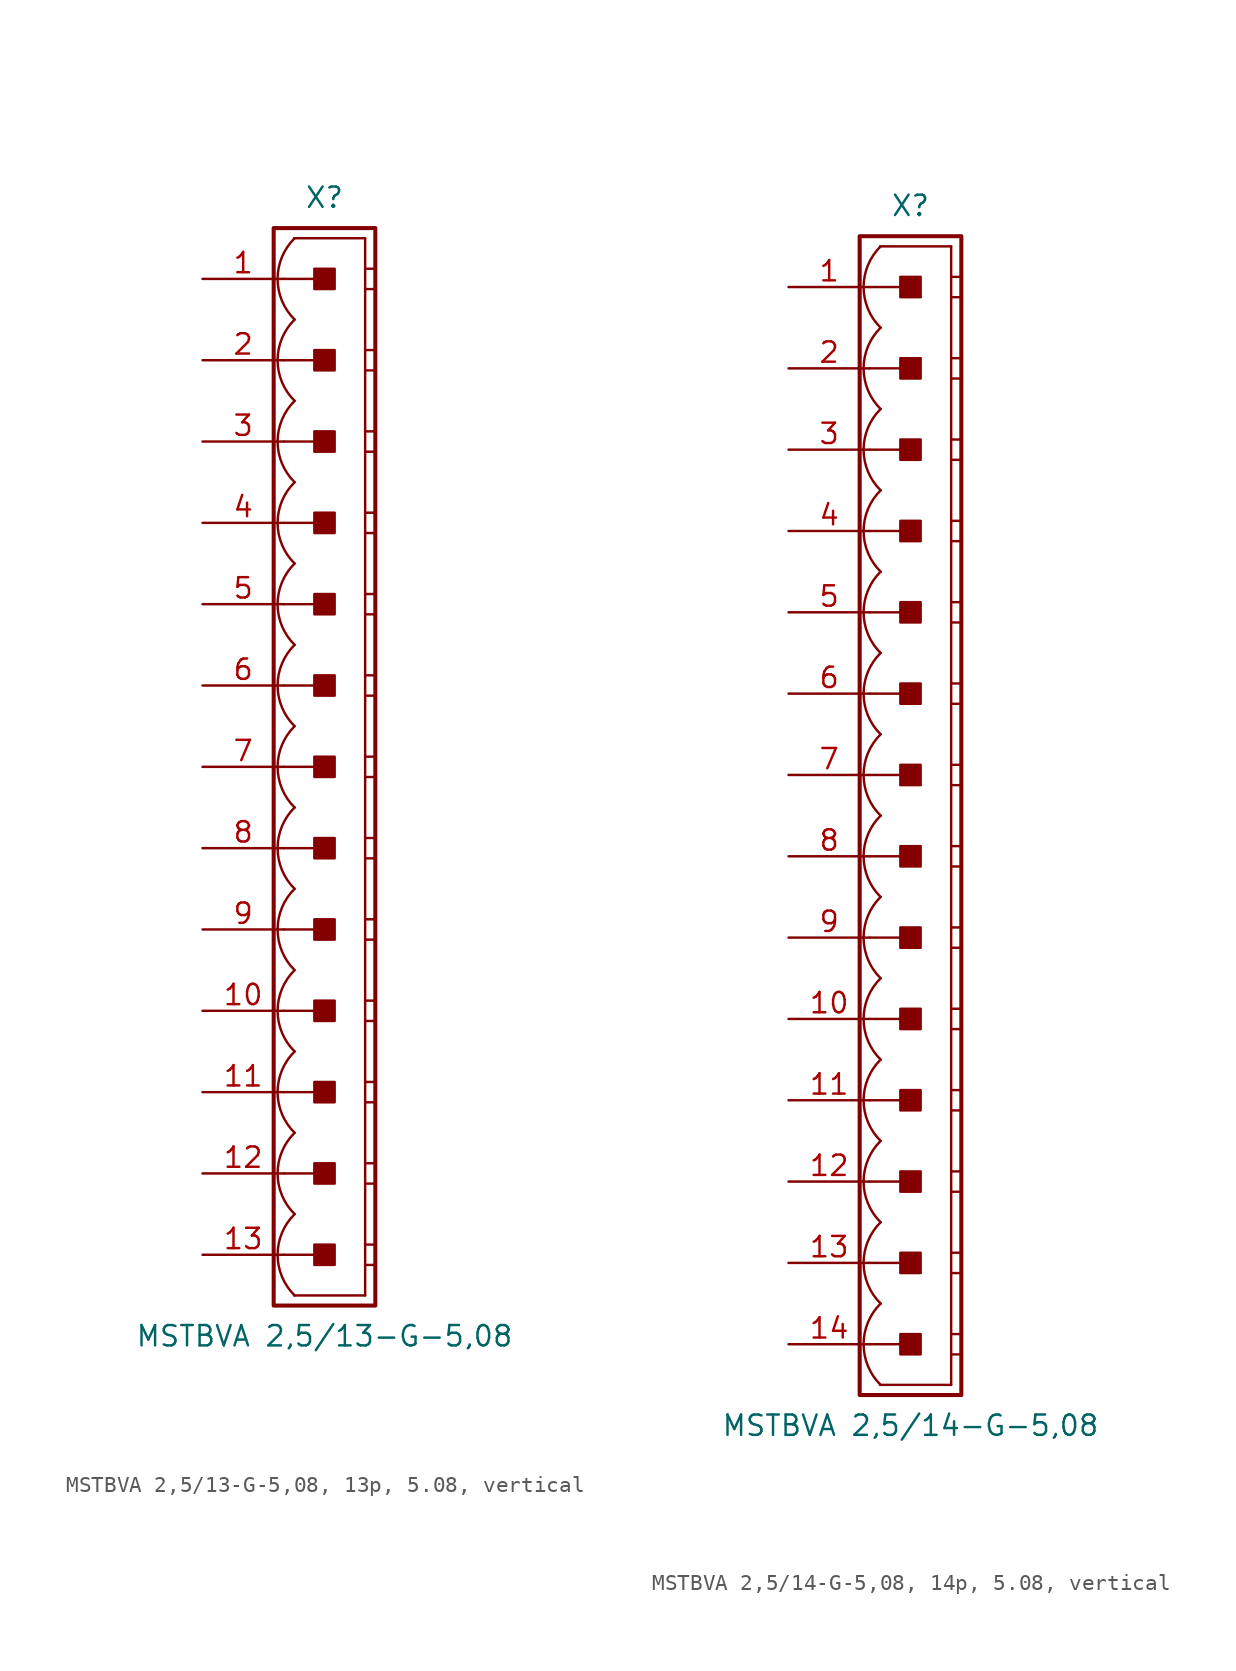
<source format=kicad_sym>
(kicad_symbol_lib
  (version 20241209)
  (generator "kicad_symbol_editor")
  (generator_version "9.0")
  (symbol "MSTBVA 2,5/13-G-5,08, 13p, 5.08, vertical"
    (pin_names
      (offset 1.016)
      (hide yes))
    (property "Reference" "X"
      (at 0 35.56 0)
      (effects (font (size 1.27 1.27))))
    (property "Value" "MSTBVA 2,5/13-G-5,08"
      (at 0 -35.56 0)
      (effects (font (size 1.27 1.27))))
    (property "Label" ""
      (at 0 0 0)
      (effects (font (size 1.27 1.27) (thickness 0.254) (bold yes))))
    (symbol "MSTBVA 2,5/13-G-5,08, 13p, 5.08, vertical_0_1"
      (polyline (pts (xy 2.54 33.02) (xy -1.905 33.02)) (stroke (width 0.152) (type default)) (fill (type none)))
      (polyline (pts (xy 2.54 33.02) (xy 2.54 -33.02)) (stroke (width 0.152) (type default)) (fill (type none)))
      (polyline (pts (xy 2.54 31.115) (xy 3.175 31.115)) (stroke (width 0.152) (type default)) (fill (type none)))
      (polyline (pts (xy 2.54 29.845) (xy 3.175 29.845)) (stroke (width 0.152) (type default)) (fill (type none)))
      (polyline (pts (xy 2.54 26.035) (xy 3.175 26.035)) (stroke (width 0.152) (type default)) (fill (type none)))
      (polyline (pts (xy 2.54 24.765) (xy 3.175 24.765)) (stroke (width 0.152) (type default)) (fill (type none)))
      (polyline (pts (xy 2.54 20.955) (xy 3.175 20.955)) (stroke (width 0.152) (type default)) (fill (type none)))
      (polyline (pts (xy 2.54 19.685) (xy 3.175 19.685)) (stroke (width 0.152) (type default)) (fill (type none)))
      (polyline (pts (xy 2.54 15.875) (xy 3.175 15.875)) (stroke (width 0.152) (type default)) (fill (type none)))
      (polyline (pts (xy 2.54 14.605) (xy 3.175 14.605)) (stroke (width 0.152) (type default)) (fill (type none)))
      (polyline (pts (xy 2.54 10.795) (xy 3.175 10.795)) (stroke (width 0.152) (type default)) (fill (type none)))
      (polyline (pts (xy 2.54 9.525) (xy 3.175 9.525)) (stroke (width 0.152) (type default)) (fill (type none)))
      (polyline (pts (xy 2.54 5.715) (xy 3.175 5.715)) (stroke (width 0.152) (type default)) (fill (type none)))
      (polyline (pts (xy 2.54 4.445) (xy 3.175 4.445)) (stroke (width 0.152) (type default)) (fill (type none)))
      (polyline (pts (xy 2.54 0.635) (xy 3.175 0.635)) (stroke (width 0.152) (type default)) (fill (type none)))
      (polyline (pts (xy 2.54 -0.635) (xy 3.175 -0.635)) (stroke (width 0.152) (type default)) (fill (type none)))
      (polyline (pts (xy 2.54 -4.445) (xy 3.175 -4.445)) (stroke (width 0.152) (type default)) (fill (type none)))
      (polyline (pts (xy 2.54 -5.715) (xy 3.175 -5.715)) (stroke (width 0.152) (type default)) (fill (type none)))
      (polyline (pts (xy 2.54 -9.525) (xy 3.175 -9.525)) (stroke (width 0.152) (type default)) (fill (type none)))
      (polyline (pts (xy 2.54 -10.795) (xy 3.175 -10.795)) (stroke (width 0.152) (type default)) (fill (type none)))
      (polyline (pts (xy 2.54 -14.605) (xy 3.175 -14.605)) (stroke (width 0.152) (type default)) (fill (type none)))
      (polyline (pts (xy 2.54 -15.875) (xy 3.175 -15.875)) (stroke (width 0.152) (type default)) (fill (type none)))
      (polyline (pts (xy 2.54 -19.685) (xy 3.175 -19.685)) (stroke (width 0.152) (type default)) (fill (type none)))
      (polyline (pts (xy 2.54 -20.955) (xy 3.175 -20.955)) (stroke (width 0.152) (type default)) (fill (type none)))
      (polyline (pts (xy 2.54 -24.765) (xy 3.175 -24.765)) (stroke (width 0.152) (type default)) (fill (type none)))
      (polyline (pts (xy 2.54 -26.035) (xy 3.175 -26.035)) (stroke (width 0.152) (type default)) (fill (type none)))
      (polyline (pts (xy 2.54 -29.845) (xy 3.175 -29.845)) (stroke (width 0.152) (type default)) (fill (type none)))
      (polyline (pts (xy 2.54 -31.115) (xy 3.175 -31.115)) (stroke (width 0.152) (type default)) (fill (type none)))
      (polyline (pts (xy 2.54 -33.02) (xy -1.905 -33.02)) (stroke (width 0.152) (type default)) (fill (type none))))
    (symbol "MSTBVA 2,5/13-G-5,08, 13p, 5.08, vertical_1_0"
      (polyline (pts (xy -2.54 30.48) (xy 0 30.48)) (stroke (width 0.152) (type default)) (fill (type none)))
      (polyline (pts (xy -2.54 25.4) (xy 0 25.4)) (stroke (width 0.152) (type default)) (fill (type none)))
      (polyline (pts (xy -2.54 20.32) (xy 0 20.32)) (stroke (width 0.152) (type default)) (fill (type none)))
      (polyline (pts (xy -2.54 15.24) (xy 0 15.24)) (stroke (width 0.152) (type default)) (fill (type none)))
      (polyline (pts (xy -2.54 10.16) (xy 0 10.16)) (stroke (width 0.152) (type default)) (fill (type none)))
      (polyline (pts (xy -2.54 5.08) (xy 0 5.08)) (stroke (width 0.152) (type default)) (fill (type none)))
      (polyline (pts (xy -2.54 0) (xy 0 0)) (stroke (width 0.152) (type default)) (fill (type none)))
      (polyline (pts (xy -2.54 -5.08) (xy 0 -5.08)) (stroke (width 0.152) (type default)) (fill (type none)))
      (polyline (pts (xy -2.54 -10.16) (xy 0 -10.16)) (stroke (width 0.152) (type default)) (fill (type none)))
      (polyline (pts (xy -2.54 -15.24) (xy 0 -15.24)) (stroke (width 0.152) (type default)) (fill (type none)))
      (polyline (pts (xy -2.54 -20.32) (xy 0 -20.32)) (stroke (width 0.152) (type default)) (fill (type none)))
      (polyline (pts (xy -2.54 -25.4) (xy 0 -25.4)) (stroke (width 0.152) (type default)) (fill (type none)))
      (polyline (pts (xy -2.54 -30.48) (xy 0 -30.48)) (stroke (width 0.152) (type default)) (fill (type none))))
    (symbol "MSTBVA 2,5/13-G-5,08, 13p, 5.08, vertical_1_1"
      (rectangle (start -3.175 33.655) (end 3.175 -33.655) (stroke (width 0.254) (type default)) (fill (type none)))
      (rectangle (start -0.635 29.845) (end 0.635 31.115) (stroke (width 0.152) (type default)) (fill (type outline)))
      (rectangle (start -0.635 24.765) (end 0.635 26.035) (stroke (width 0.152) (type default)) (fill (type outline)))
      (rectangle (start -0.635 19.685) (end 0.635 20.955) (stroke (width 0.152) (type default)) (fill (type outline)))
      (rectangle (start -0.635 14.605) (end 0.635 15.875) (stroke (width 0.152) (type default)) (fill (type outline)))
      (rectangle (start -0.635 9.525) (end 0.635 10.795) (stroke (width 0.152) (type default)) (fill (type outline)))
      (rectangle (start -0.635 4.445) (end 0.635 5.715) (stroke (width 0.152) (type default)) (fill (type outline)))
      (rectangle (start -0.635 -0.635) (end 0.635 0.635) (stroke (width 0.152) (type default)) (fill (type outline)))
      (rectangle (start -0.635 -5.715) (end 0.635 -4.445) (stroke (width 0.152) (type default)) (fill (type outline)))
      (rectangle (start -0.635 -10.795) (end 0.635 -9.525) (stroke (width 0.152) (type default)) (fill (type outline)))
      (rectangle (start -0.635 -15.875) (end 0.635 -14.605) (stroke (width 0.152) (type default)) (fill (type outline)))
      (rectangle (start -0.635 -20.955) (end 0.635 -19.685) (stroke (width 0.152) (type default)) (fill (type outline)))
      (rectangle (start -0.635 -26.035) (end 0.635 -24.765) (stroke (width 0.152) (type default)) (fill (type outline)))
      (rectangle (start -0.635 -31.115) (end 0.635 -29.845) (stroke (width 0.152) (type default)) (fill (type outline)))
      (arc (start -1.8664 27.94) (mid -2.9299 30.48) (end -1.8664 33.02) (stroke (width 0.1524) (type default)) (fill (type none)))
      (arc (start -1.8664 22.86) (mid -2.9299 25.4) (end -1.8664 27.94) (stroke (width 0.1524) (type default)) (fill (type none)))
      (arc (start -1.8664 17.78) (mid -2.9299 20.32) (end -1.8664 22.86) (stroke (width 0.1524) (type default)) (fill (type none)))
      (arc (start -1.8664 12.7) (mid -2.9299 15.24) (end -1.8664 17.78) (stroke (width 0.1524) (type default)) (fill (type none)))
      (arc (start -1.8664 7.62) (mid -2.9299 10.16) (end -1.8664 12.7) (stroke (width 0.1524) (type default)) (fill (type none)))
      (arc (start -1.8664 2.54) (mid -2.9299 5.08) (end -1.8664 7.62) (stroke (width 0.1524) (type default)) (fill (type none)))
      (arc (start -1.8664 -2.54) (mid -2.9299 0) (end -1.8664 2.54) (stroke (width 0.1524) (type default)) (fill (type none)))
      (arc (start -1.8664 -7.62) (mid -2.9299 -5.08) (end -1.8664 -2.54) (stroke (width 0.1524) (type default)) (fill (type none)))
      (arc (start -1.8664 -12.7) (mid -2.9299 -10.16) (end -1.8664 -7.62) (stroke (width 0.1524) (type default)) (fill (type none)))
      (arc (start -1.8664 -17.78) (mid -2.9299 -15.24) (end -1.8664 -12.7) (stroke (width 0.1524) (type default)) (fill (type none)))
      (arc (start -1.8664 -22.86) (mid -2.9299 -20.32) (end -1.8664 -17.78) (stroke (width 0.1524) (type default)) (fill (type none)))
      (arc (start -1.8664 -27.94) (mid -2.9299 -25.4) (end -1.8664 -22.86) (stroke (width 0.1524) (type default)) (fill (type none)))
      (arc (start -1.8664 -33.02) (mid -2.9299 -30.48) (end -1.8664 -27.94) (stroke (width 0.1524) (type default)) (fill (type none)))
      (pin passive line (at -7.62 30.48 0) (length 5.08) (name "1" (effects (font (size 1.27 1.27)))) (number "1" (effects (font (size 1.27 1.27)))))
      (pin passive line (at -7.62 25.4 0) (length 5.08) (name "2" (effects (font (size 1.27 1.27)))) (number "2" (effects (font (size 1.27 1.27)))))
      (pin passive line (at -7.62 20.32 0) (length 5.08) (name "3" (effects (font (size 1.27 1.27)))) (number "3" (effects (font (size 1.27 1.27)))))
      (pin passive line (at -7.62 15.24 0) (length 5.08) (name "4" (effects (font (size 1.27 1.27)))) (number "4" (effects (font (size 1.27 1.27)))))
      (pin passive line (at -7.62 10.16 0) (length 5.08) (name "5" (effects (font (size 1.27 1.27)))) (number "5" (effects (font (size 1.27 1.27)))))
      (pin passive line (at -7.62 5.08 0) (length 5.08) (name "6" (effects (font (size 1.27 1.27)))) (number "6" (effects (font (size 1.27 1.27)))))
      (pin passive line (at -7.62 0 0) (length 5.08) (name "7" (effects (font (size 1.27 1.27)))) (number "7" (effects (font (size 1.27 1.27)))))
      (pin passive line (at -7.62 -5.08 0) (length 5.08) (name "8" (effects (font (size 1.27 1.27)))) (number "8" (effects (font (size 1.27 1.27)))))
      (pin passive line (at -7.62 -10.16 0) (length 5.08) (name "9" (effects (font (size 1.27 1.27)))) (number "9" (effects (font (size 1.27 1.27)))))
      (pin passive line (at -7.62 -15.24 0) (length 5.08) (name "10" (effects (font (size 1.27 1.27)))) (number "10" (effects (font (size 1.27 1.27)))))
      (pin passive line (at -7.62 -20.32 0) (length 5.08) (name "11" (effects (font (size 1.27 1.27)))) (number "11" (effects (font (size 1.27 1.27)))))
      (pin passive line (at -7.62 -25.4 0) (length 5.08) (name "12" (effects (font (size 1.27 1.27)))) (number "12" (effects (font (size 1.27 1.27)))))
      (pin passive line (at -7.62 -30.48 0) (length 5.08) (name "13" (effects (font (size 1.27 1.27)))) (number "13" (effects (font (size 1.27 1.27)))))))
  (symbol "MSTBVA 2,5/14-G-5,08, 14p, 5.08, vertical"
    (pin_names
      (offset 1.016)
      (hide yes))
    (property "Reference" "X"
      (at 0 38.1 0)
      (effects (font (size 1.27 1.27))))
    (property "Value" "MSTBVA 2,5/14-G-5,08"
      (at 0 -38.1 0)
      (effects (font (size 1.27 1.27))))
    (property "Label" ""
      (at 0 0 0)
      (effects (font (size 1.27 1.27) (thickness 0.254) (bold yes))))
    (symbol "MSTBVA 2,5/14-G-5,08, 14p, 5.08, vertical_0_1"
      (polyline (pts (xy 2.54 35.56) (xy -1.905 35.56)) (stroke (width 0.152) (type default)) (fill (type none)))
      (polyline (pts (xy 2.54 35.56) (xy 2.54 -35.56)) (stroke (width 0.152) (type default)) (fill (type none)))
      (polyline (pts (xy 2.54 33.655) (xy 3.175 33.655)) (stroke (width 0.152) (type default)) (fill (type none)))
      (polyline (pts (xy 2.54 32.385) (xy 3.175 32.385)) (stroke (width 0.152) (type default)) (fill (type none)))
      (polyline (pts (xy 2.54 28.575) (xy 3.175 28.575)) (stroke (width 0.152) (type default)) (fill (type none)))
      (polyline (pts (xy 2.54 27.305) (xy 3.175 27.305)) (stroke (width 0.152) (type default)) (fill (type none)))
      (polyline (pts (xy 2.54 23.495) (xy 3.175 23.495)) (stroke (width 0.152) (type default)) (fill (type none)))
      (polyline (pts (xy 2.54 22.225) (xy 3.175 22.225)) (stroke (width 0.152) (type default)) (fill (type none)))
      (polyline (pts (xy 2.54 18.415) (xy 3.175 18.415)) (stroke (width 0.152) (type default)) (fill (type none)))
      (polyline (pts (xy 2.54 17.145) (xy 3.175 17.145)) (stroke (width 0.152) (type default)) (fill (type none)))
      (polyline (pts (xy 2.54 13.335) (xy 3.175 13.335)) (stroke (width 0.152) (type default)) (fill (type none)))
      (polyline (pts (xy 2.54 12.065) (xy 3.175 12.065)) (stroke (width 0.152) (type default)) (fill (type none)))
      (polyline (pts (xy 2.54 8.255) (xy 3.175 8.255)) (stroke (width 0.152) (type default)) (fill (type none)))
      (polyline (pts (xy 2.54 6.985) (xy 3.175 6.985)) (stroke (width 0.152) (type default)) (fill (type none)))
      (polyline (pts (xy 2.54 3.175) (xy 3.175 3.175)) (stroke (width 0.152) (type default)) (fill (type none)))
      (polyline (pts (xy 2.54 1.905) (xy 3.175 1.905)) (stroke (width 0.152) (type default)) (fill (type none)))
      (polyline (pts (xy 2.54 -1.905) (xy 3.175 -1.905)) (stroke (width 0.152) (type default)) (fill (type none)))
      (polyline (pts (xy 2.54 -3.175) (xy 3.175 -3.175)) (stroke (width 0.152) (type default)) (fill (type none)))
      (polyline (pts (xy 2.54 -6.985) (xy 3.175 -6.985)) (stroke (width 0.152) (type default)) (fill (type none)))
      (polyline (pts (xy 2.54 -8.255) (xy 3.175 -8.255)) (stroke (width 0.152) (type default)) (fill (type none)))
      (polyline (pts (xy 2.54 -12.065) (xy 3.175 -12.065)) (stroke (width 0.152) (type default)) (fill (type none)))
      (polyline (pts (xy 2.54 -13.335) (xy 3.175 -13.335)) (stroke (width 0.152) (type default)) (fill (type none)))
      (polyline (pts (xy 2.54 -17.145) (xy 3.175 -17.145)) (stroke (width 0.152) (type default)) (fill (type none)))
      (polyline (pts (xy 2.54 -18.415) (xy 3.175 -18.415)) (stroke (width 0.152) (type default)) (fill (type none)))
      (polyline (pts (xy 2.54 -22.225) (xy 3.175 -22.225)) (stroke (width 0.152) (type default)) (fill (type none)))
      (polyline (pts (xy 2.54 -23.495) (xy 3.175 -23.495)) (stroke (width 0.152) (type default)) (fill (type none)))
      (polyline (pts (xy 2.54 -27.305) (xy 3.175 -27.305)) (stroke (width 0.152) (type default)) (fill (type none)))
      (polyline (pts (xy 2.54 -28.575) (xy 3.175 -28.575)) (stroke (width 0.152) (type default)) (fill (type none)))
      (polyline (pts (xy 2.54 -32.385) (xy 3.175 -32.385)) (stroke (width 0.152) (type default)) (fill (type none)))
      (polyline (pts (xy 2.54 -33.655) (xy 3.175 -33.655)) (stroke (width 0.152) (type default)) (fill (type none)))
      (polyline (pts (xy 2.54 -35.56) (xy -1.905 -35.56)) (stroke (width 0.152) (type default)) (fill (type none))))
    (symbol "MSTBVA 2,5/14-G-5,08, 14p, 5.08, vertical_1_0"
      (polyline (pts (xy -2.54 33.02) (xy 0 33.02)) (stroke (width 0.152) (type default)) (fill (type none)))
      (polyline (pts (xy -2.54 27.94) (xy 0 27.94)) (stroke (width 0.152) (type default)) (fill (type none)))
      (polyline (pts (xy -2.54 22.86) (xy 0 22.86)) (stroke (width 0.152) (type default)) (fill (type none)))
      (polyline (pts (xy -2.54 17.78) (xy 0 17.78)) (stroke (width 0.152) (type default)) (fill (type none)))
      (polyline (pts (xy -2.54 12.7) (xy 0 12.7)) (stroke (width 0.152) (type default)) (fill (type none)))
      (polyline (pts (xy -2.54 7.62) (xy 0 7.62)) (stroke (width 0.152) (type default)) (fill (type none)))
      (polyline (pts (xy -2.54 2.54) (xy 0 2.54)) (stroke (width 0.152) (type default)) (fill (type none)))
      (polyline (pts (xy -2.54 -2.54) (xy 0 -2.54)) (stroke (width 0.152) (type default)) (fill (type none)))
      (polyline (pts (xy -2.54 -7.62) (xy 0 -7.62)) (stroke (width 0.152) (type default)) (fill (type none)))
      (polyline (pts (xy -2.54 -12.7) (xy 0 -12.7)) (stroke (width 0.152) (type default)) (fill (type none)))
      (polyline (pts (xy -2.54 -17.78) (xy 0 -17.78)) (stroke (width 0.152) (type default)) (fill (type none)))
      (polyline (pts (xy -2.54 -22.86) (xy 0 -22.86)) (stroke (width 0.152) (type default)) (fill (type none)))
      (polyline (pts (xy -2.54 -27.94) (xy 0 -27.94)) (stroke (width 0.152) (type default)) (fill (type none)))
      (polyline (pts (xy -2.54 -33.02) (xy 0 -33.02)) (stroke (width 0.152) (type default)) (fill (type none))))
    (symbol "MSTBVA 2,5/14-G-5,08, 14p, 5.08, vertical_1_1"
      (rectangle (start -3.175 36.195) (end 3.175 -36.195) (stroke (width 0.254) (type default)) (fill (type none)))
      (rectangle (start -0.635 32.385) (end 0.635 33.655) (stroke (width 0.152) (type default)) (fill (type outline)))
      (rectangle (start -0.635 27.305) (end 0.635 28.575) (stroke (width 0.152) (type default)) (fill (type outline)))
      (rectangle (start -0.635 22.225) (end 0.635 23.495) (stroke (width 0.152) (type default)) (fill (type outline)))
      (rectangle (start -0.635 17.145) (end 0.635 18.415) (stroke (width 0.152) (type default)) (fill (type outline)))
      (rectangle (start -0.635 12.065) (end 0.635 13.335) (stroke (width 0.152) (type default)) (fill (type outline)))
      (rectangle (start -0.635 6.985) (end 0.635 8.255) (stroke (width 0.152) (type default)) (fill (type outline)))
      (rectangle (start -0.635 1.905) (end 0.635 3.175) (stroke (width 0.152) (type default)) (fill (type outline)))
      (rectangle (start -0.635 -3.175) (end 0.635 -1.905) (stroke (width 0.152) (type default)) (fill (type outline)))
      (rectangle (start -0.635 -8.255) (end 0.635 -6.985) (stroke (width 0.152) (type default)) (fill (type outline)))
      (rectangle (start -0.635 -13.335) (end 0.635 -12.065) (stroke (width 0.152) (type default)) (fill (type outline)))
      (rectangle (start -0.635 -18.415) (end 0.635 -17.145) (stroke (width 0.152) (type default)) (fill (type outline)))
      (rectangle (start -0.635 -23.495) (end 0.635 -22.225) (stroke (width 0.152) (type default)) (fill (type outline)))
      (rectangle (start -0.635 -28.575) (end 0.635 -27.305) (stroke (width 0.152) (type default)) (fill (type outline)))
      (rectangle (start -0.635 -33.655) (end 0.635 -32.385) (stroke (width 0.152) (type default)) (fill (type outline)))
      (arc (start -1.8664 30.48) (mid -2.9299 33.02) (end -1.8664 35.56) (stroke (width 0.1524) (type default)) (fill (type none)))
      (arc (start -1.8664 25.4) (mid -2.9299 27.94) (end -1.8664 30.48) (stroke (width 0.1524) (type default)) (fill (type none)))
      (arc (start -1.8664 20.32) (mid -2.9299 22.86) (end -1.8664 25.4) (stroke (width 0.1524) (type default)) (fill (type none)))
      (arc (start -1.8664 15.24) (mid -2.9299 17.78) (end -1.8664 20.32) (stroke (width 0.1524) (type default)) (fill (type none)))
      (arc (start -1.8664 10.16) (mid -2.9299 12.7) (end -1.8664 15.24) (stroke (width 0.1524) (type default)) (fill (type none)))
      (arc (start -1.8664 5.08) (mid -2.9299 7.62) (end -1.8664 10.16) (stroke (width 0.1524) (type default)) (fill (type none)))
      (arc (start -1.8664 0) (mid -2.9299 2.54) (end -1.8664 5.08) (stroke (width 0.1524) (type default)) (fill (type none)))
      (arc (start -1.8664 -5.08) (mid -2.9299 -2.54) (end -1.8664 0) (stroke (width 0.1524) (type default)) (fill (type none)))
      (arc (start -1.8664 -10.16) (mid -2.9299 -7.62) (end -1.8664 -5.08) (stroke (width 0.1524) (type default)) (fill (type none)))
      (arc (start -1.8664 -15.24) (mid -2.9299 -12.7) (end -1.8664 -10.16) (stroke (width 0.1524) (type default)) (fill (type none)))
      (arc (start -1.8664 -20.32) (mid -2.9299 -17.78) (end -1.8664 -15.24) (stroke (width 0.1524) (type default)) (fill (type none)))
      (arc (start -1.8664 -25.4) (mid -2.9299 -22.86) (end -1.8664 -20.32) (stroke (width 0.1524) (type default)) (fill (type none)))
      (arc (start -1.8664 -30.48) (mid -2.9299 -27.94) (end -1.8664 -25.4) (stroke (width 0.1524) (type default)) (fill (type none)))
      (arc (start -1.8664 -35.56) (mid -2.9299 -33.02) (end -1.8664 -30.48) (stroke (width 0.1524) (type default)) (fill (type none)))
      (pin passive line (at -7.62 33.02 0) (length 5.08) (name "1" (effects (font (size 1.27 1.27)))) (number "1" (effects (font (size 1.27 1.27)))))
      (pin passive line (at -7.62 27.94 0) (length 5.08) (name "2" (effects (font (size 1.27 1.27)))) (number "2" (effects (font (size 1.27 1.27)))))
      (pin passive line (at -7.62 22.86 0) (length 5.08) (name "3" (effects (font (size 1.27 1.27)))) (number "3" (effects (font (size 1.27 1.27)))))
      (pin passive line (at -7.62 17.78 0) (length 5.08) (name "4" (effects (font (size 1.27 1.27)))) (number "4" (effects (font (size 1.27 1.27)))))
      (pin passive line (at -7.62 12.7 0) (length 5.08) (name "5" (effects (font (size 1.27 1.27)))) (number "5" (effects (font (size 1.27 1.27)))))
      (pin passive line (at -7.62 7.62 0) (length 5.08) (name "6" (effects (font (size 1.27 1.27)))) (number "6" (effects (font (size 1.27 1.27)))))
      (pin passive line (at -7.62 2.54 0) (length 5.08) (name "7" (effects (font (size 1.27 1.27)))) (number "7" (effects (font (size 1.27 1.27)))))
      (pin passive line (at -7.62 -2.54 0) (length 5.08) (name "8" (effects (font (size 1.27 1.27)))) (number "8" (effects (font (size 1.27 1.27)))))
      (pin passive line (at -7.62 -7.62 0) (length 5.08) (name "9" (effects (font (size 1.27 1.27)))) (number "9" (effects (font (size 1.27 1.27)))))
      (pin passive line (at -7.62 -12.7 0) (length 5.08) (name "10" (effects (font (size 1.27 1.27)))) (number "10" (effects (font (size 1.27 1.27)))))
      (pin passive line (at -7.62 -17.78 0) (length 5.08) (name "11" (effects (font (size 1.27 1.27)))) (number "11" (effects (font (size 1.27 1.27)))))
      (pin passive line (at -7.62 -22.86 0) (length 5.08) (name "12" (effects (font (size 1.27 1.27)))) (number "12" (effects (font (size 1.27 1.27)))))
      (pin passive line (at -7.62 -27.94 0) (length 5.08) (name "13" (effects (font (size 1.27 1.27)))) (number "13" (effects (font (size 1.27 1.27)))))
      (pin passive line (at -7.62 -33.02 0) (length 5.08) (name "14" (effects (font (size 1.27 1.27)))) (number "14" (effects (font (size 1.27 1.27))))))))
</source>
